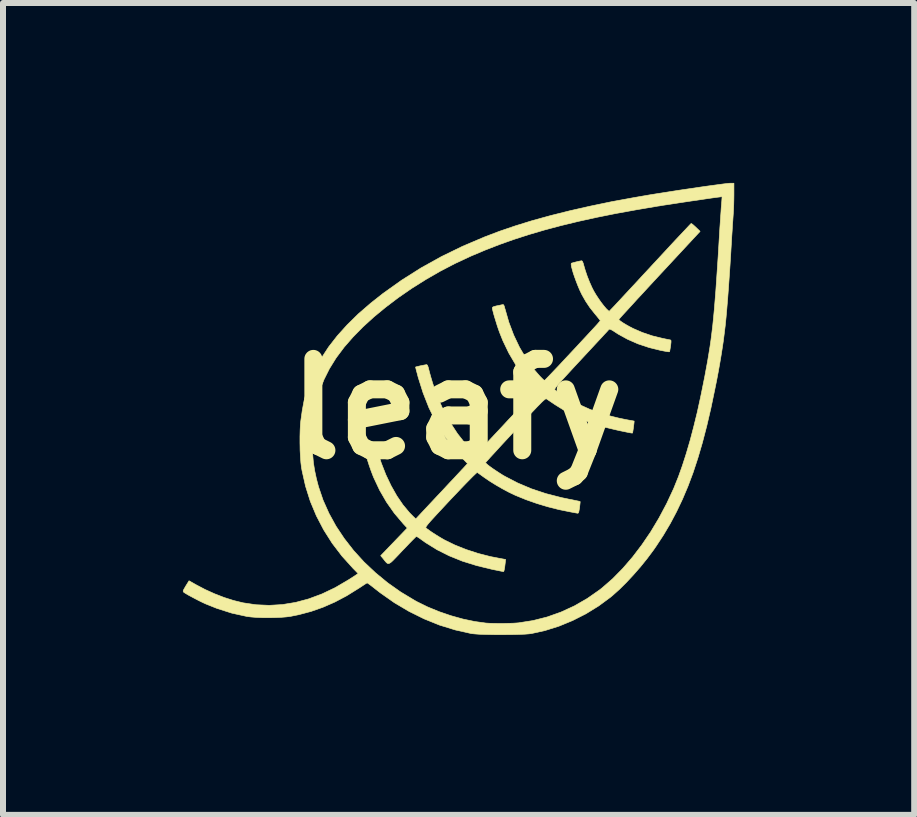
<source format=kicad_pcb>
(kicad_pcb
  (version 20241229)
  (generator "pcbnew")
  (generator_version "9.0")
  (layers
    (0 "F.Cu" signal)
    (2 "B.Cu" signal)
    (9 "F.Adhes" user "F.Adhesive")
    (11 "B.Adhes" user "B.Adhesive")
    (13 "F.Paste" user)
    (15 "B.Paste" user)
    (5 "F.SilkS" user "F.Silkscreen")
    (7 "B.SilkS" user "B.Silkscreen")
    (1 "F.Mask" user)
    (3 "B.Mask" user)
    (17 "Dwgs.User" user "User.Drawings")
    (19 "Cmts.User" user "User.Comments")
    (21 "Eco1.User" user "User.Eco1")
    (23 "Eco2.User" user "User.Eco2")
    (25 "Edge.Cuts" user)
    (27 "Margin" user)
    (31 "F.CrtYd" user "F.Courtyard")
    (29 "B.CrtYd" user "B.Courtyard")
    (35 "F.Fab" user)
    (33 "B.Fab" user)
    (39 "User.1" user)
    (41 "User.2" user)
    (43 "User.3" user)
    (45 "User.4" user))
  (footprint "leafy"
    (layer "F.Cu")
    (at 4.57 3.769)
    (property "Reference" "leafy" (at 0 0 0) (layer "F.SilkS") (effects (font (size 1.524 1.524) (thickness 0.3))))
    (attr through_hole)
    (fp_poly (pts (xy 4.618 -3.576) (xy 4.617 -3.498) (xy 4.615 -3.415) (xy 4.612 -3.334) (xy 4.608 -3.266) (xy 4.607 -3.25) (xy 4.604 -3.208) (xy 4.6 -3.146) (xy 4.594 -3.068) (xy 4.589 -2.977) (xy 4.582 -2.876) (xy 4.576 -2.769) (xy 4.569 -2.658) (xy 4.567 -2.621) (xy 4.553 -2.395) (xy 4.539 -2.189) (xy 4.526 -2.002) (xy 4.513 -1.83) (xy 4.5 -1.673) (xy 4.487 -1.526) (xy 4.473 -1.388) (xy 4.457 -1.257) (xy 4.441 -1.13) (xy 4.422 -1.004) (xy 4.402 -0.878) (xy 4.38 -0.748) (xy 4.356 -0.614) (xy 4.329 -0.471) (xy 4.3 -0.329) (xy 4.234 -0.012) (xy 4.165 0.284) (xy 4.093 0.56) (xy 4.017 0.819) (xy 3.937 1.062) (xy 3.851 1.291) (xy 3.759 1.508) (xy 3.661 1.714) (xy 3.556 1.912) (xy 3.443 2.103) (xy 3.321 2.289) (xy 3.275 2.355) (xy 3.173 2.492) (xy 3.061 2.631) (xy 2.944 2.765) (xy 2.825 2.893) (xy 2.708 3.009) (xy 2.595 3.11) (xy 2.559 3.14) (xy 2.361 3.286) (xy 2.15 3.416) (xy 1.929 3.528) (xy 1.701 3.622) (xy 1.469 3.695) (xy 1.239 3.746) (xy 1.194 3.751) (xy 1.13 3.756) (xy 1.05 3.759) (xy 0.959 3.762) (xy 0.86 3.763) (xy 0.756 3.764) (xy 0.651 3.764) (xy 0.55 3.762) (xy 0.456 3.76) (xy 0.372 3.757) (xy 0.302 3.752) (xy 0.25 3.747) (xy 0.237 3.745) (xy -0.029 3.685) (xy -0.292 3.604) (xy -0.549 3.5) (xy -0.801 3.375) (xy -1.044 3.231) (xy -1.279 3.066) (xy -1.361 3.002) (xy -1.408 2.965) (xy -1.448 2.934) (xy -1.479 2.912) (xy -1.497 2.901) (xy -1.499 2.9) (xy -1.511 2.908) (xy -1.539 2.925) (xy -1.578 2.951) (xy -1.625 2.982) (xy -1.639 2.991) (xy -1.84 3.116) (xy -2.037 3.22) (xy -2.233 3.306) (xy -2.432 3.376) (xy -2.639 3.431) (xy -2.777 3.459) (xy -2.847 3.468) (xy -2.935 3.475) (xy -3.034 3.479) (xy -3.139 3.481) (xy -3.245 3.48) (xy -3.345 3.476) (xy -3.433 3.469) (xy -3.504 3.46) (xy -3.754 3.405) (xy -4 3.327) (xy -4.19 3.251) (xy -4.244 3.226) (xy -4.303 3.197) (xy -4.365 3.165) (xy -4.425 3.133) (xy -4.479 3.104) (xy -4.523 3.078) (xy -4.552 3.06) (xy -4.559 3.053) (xy -4.565 3.043) (xy -4.564 3.028) (xy -4.552 3.004) (xy -4.53 2.966) (xy -4.522 2.952) (xy -4.468 2.865) (xy -4.348 2.933) (xy -4.2 3.011) (xy -4.043 3.082) (xy -3.883 3.144) (xy -3.726 3.194) (xy -3.579 3.23) (xy -3.573 3.232) (xy -3.352 3.265) (xy -3.131 3.275) (xy -2.911 3.262) (xy -2.691 3.226) (xy -2.471 3.167) (xy -2.251 3.085) (xy -2.031 2.98) (xy -1.811 2.851) (xy -1.762 2.82) (xy -1.648 2.745) (xy -1.734 2.657) (xy -1.918 2.453) (xy -2.081 2.239) (xy -2.223 2.015) (xy -2.345 1.781) (xy -2.446 1.539) (xy -2.525 1.289) (xy -2.583 1.031) (xy -2.593 0.976) (xy -2.603 0.894) (xy -2.61 0.796) (xy -2.616 0.687) (xy -2.617 0.614) (xy -2.411 0.614) (xy -2.406 0.76) (xy -2.394 0.896) (xy -2.373 1.029) (xy -2.344 1.164) (xy -2.309 1.297) (xy -2.233 1.521) (xy -2.135 1.74) (xy -2.017 1.955) (xy -1.879 2.162) (xy -1.723 2.362) (xy -1.55 2.552) (xy -1.36 2.731) (xy -1.156 2.899) (xy -0.938 3.053) (xy -0.707 3.192) (xy -0.67 3.213) (xy -0.491 3.301) (xy -0.299 3.38) (xy -0.1 3.448) (xy 0.101 3.504) (xy 0.298 3.545) (xy 0.486 3.571) (xy 0.491 3.571) (xy 0.543 3.574) (xy 0.613 3.576) (xy 0.693 3.577) (xy 0.777 3.577) (xy 0.861 3.575) (xy 0.936 3.573) (xy 0.998 3.569) (xy 1.025 3.567) (xy 1.267 3.529) (xy 1.504 3.469) (xy 1.735 3.387) (xy 1.959 3.284) (xy 2.174 3.16) (xy 2.38 3.016) (xy 2.425 2.98) (xy 2.596 2.831) (xy 2.764 2.66) (xy 2.927 2.471) (xy 3.083 2.266) (xy 3.232 2.047) (xy 3.37 1.816) (xy 3.498 1.575) (xy 3.613 1.328) (xy 3.693 1.129) (xy 3.758 0.947) (xy 3.823 0.745) (xy 3.887 0.527) (xy 3.948 0.295) (xy 4.007 0.055) (xy 4.061 -0.192) (xy 4.074 -0.254) (xy 4.104 -0.403) (xy 4.132 -0.542) (xy 4.156 -0.672) (xy 4.179 -0.796) (xy 4.199 -0.916) (xy 4.218 -1.033) (xy 4.235 -1.15) (xy 4.25 -1.269) (xy 4.265 -1.393) (xy 4.278 -1.522) (xy 4.291 -1.66) (xy 4.303 -1.807) (xy 4.316 -1.968) (xy 4.328 -2.143) (xy 4.341 -2.334) (xy 4.355 -2.544) (xy 4.369 -2.775) (xy 4.37 -2.794) (xy 4.377 -2.903) (xy 4.383 -3.01) (xy 4.39 -3.111) (xy 4.396 -3.204) (xy 4.402 -3.285) (xy 4.406 -3.35) (xy 4.41 -3.396) (xy 4.411 -3.405) (xy 4.415 -3.457) (xy 4.418 -3.5) (xy 4.42 -3.529) (xy 4.419 -3.539) (xy 4.408 -3.538) (xy 4.375 -3.534) (xy 4.326 -3.528) (xy 4.261 -3.519) (xy 4.184 -3.508) (xy 4.097 -3.495) (xy 4.004 -3.481) (xy 3.905 -3.467) (xy 3.805 -3.452) (xy 3.705 -3.437) (xy 3.609 -3.422) (xy 3.518 -3.408) (xy 3.436 -3.396) (xy 3.366 -3.384) (xy 3.354 -3.383) (xy 2.991 -3.321) (xy 2.649 -3.259) (xy 2.326 -3.194) (xy 2.022 -3.127) (xy 1.733 -3.057) (xy 1.459 -2.984) (xy 1.197 -2.907) (xy 0.946 -2.826) (xy 0.704 -2.74) (xy 0.47 -2.649) (xy 0.24 -2.552) (xy 0.222 -2.544) (xy -0.031 -2.426) (xy -0.279 -2.297) (xy -0.52 -2.158) (xy -0.754 -2.011) (xy -0.977 -1.857) (xy -1.188 -1.697) (xy -1.386 -1.534) (xy -1.568 -1.368) (xy -1.733 -1.2) (xy -1.879 -1.033) (xy -2.004 -0.866) (xy -2.021 -0.842) (xy -2.128 -0.669) (xy -2.216 -0.493) (xy -2.287 -0.313) (xy -2.341 -0.124) (xy -2.379 0.076) (xy -2.402 0.289) (xy -2.41 0.452) (xy -2.411 0.614) (xy -2.617 0.614) (xy -2.618 0.572) (xy -2.618 0.457) (xy -2.615 0.348) (xy -2.61 0.252) (xy -2.605 0.204) (xy -2.58 0.025) (xy -2.55 -0.136) (xy -2.512 -0.284) (xy -2.465 -0.426) (xy -2.408 -0.566) (xy -2.368 -0.653) (xy -2.263 -0.845) (xy -2.14 -1.034) (xy -1.996 -1.219) (xy -1.831 -1.402) (xy -1.646 -1.584) (xy -1.438 -1.764) (xy -1.234 -1.925) (xy -0.924 -2.146) (xy -0.6 -2.351) (xy -0.262 -2.539) (xy 0.091 -2.711) (xy 0.46 -2.868) (xy 0.707 -2.962) (xy 0.971 -3.052) (xy 1.255 -3.14) (xy 1.56 -3.224) (xy 1.884 -3.305) (xy 2.224 -3.382) (xy 2.58 -3.456) (xy 2.951 -3.524) (xy 3.198 -3.567) (xy 3.315 -3.586) (xy 3.437 -3.605) (xy 3.564 -3.625) (xy 3.692 -3.645) (xy 3.82 -3.664) (xy 3.945 -3.682) (xy 4.064 -3.7) (xy 4.176 -3.716) (xy 4.279 -3.73) (xy 4.369 -3.742) (xy 4.444 -3.752) (xy 4.503 -3.759) (xy 4.543 -3.763) (xy 4.558 -3.764) (xy 4.618 -3.764) (xy 4.618 -3.576)) (stroke (width 0.01) (type solid)) (fill yes) (layer "F.SilkS"))
    (fp_poly (pts (xy 3.917 -3.087) (xy 3.941 -3.068) (xy 3.972 -3.04) (xy 3.984 -3.029) (xy 4.054 -2.961) (xy 3.377 -2.232) (xy 3.275 -2.122) (xy 3.178 -2.017) (xy 3.087 -1.918) (xy 3.002 -1.827) (xy 2.926 -1.743) (xy 2.859 -1.67) (xy 2.802 -1.608) (xy 2.756 -1.558) (xy 2.723 -1.521) (xy 2.704 -1.499) (xy 2.699 -1.493) (xy 2.707 -1.48) (xy 2.733 -1.46) (xy 2.773 -1.433) (xy 2.823 -1.403) (xy 2.88 -1.371) (xy 2.938 -1.341) (xy 3.093 -1.274) (xy 3.259 -1.218) (xy 3.423 -1.178) (xy 3.475 -1.167) (xy 3.52 -1.158) (xy 3.551 -1.152) (xy 3.563 -1.149) (xy 3.569 -1.139) (xy 3.569 -1.113) (xy 3.564 -1.067) (xy 3.562 -1.052) (xy 3.555 -1.008) (xy 3.549 -0.974) (xy 3.544 -0.955) (xy 3.543 -0.953) (xy 3.53 -0.953) (xy 3.499 -0.957) (xy 3.455 -0.965) (xy 3.402 -0.975) (xy 3.397 -0.976) (xy 3.203 -1.024) (xy 3.017 -1.086) (xy 2.844 -1.162) (xy 2.686 -1.249) (xy 2.645 -1.276) (xy 2.599 -1.306) (xy 2.568 -1.323) (xy 2.549 -1.33) (xy 2.537 -1.328) (xy 2.534 -1.326) (xy 2.524 -1.315) (xy 2.5 -1.288) (xy 2.462 -1.248) (xy 2.414 -1.195) (xy 2.355 -1.132) (xy 2.288 -1.06) (xy 2.214 -0.98) (xy 2.134 -0.894) (xy 2.067 -0.822) (xy 1.971 -0.719) (xy 1.89 -0.631) (xy 1.822 -0.557) (xy 1.767 -0.497) (xy 1.723 -0.448) (xy 1.689 -0.409) (xy 1.664 -0.379) (xy 1.646 -0.357) (xy 1.636 -0.341) (xy 1.631 -0.33) (xy 1.631 -0.323) (xy 1.634 -0.318) (xy 1.635 -0.317) (xy 1.727 -0.251) (xy 1.835 -0.183) (xy 1.955 -0.117) (xy 2.082 -0.054) (xy 2.208 0.003) (xy 2.33 0.05) (xy 2.349 0.056) (xy 2.455 0.089) (xy 2.573 0.122) (xy 2.695 0.152) (xy 2.81 0.176) (xy 2.863 0.186) (xy 2.905 0.193) (xy 2.937 0.199) (xy 2.953 0.202) (xy 2.954 0.203) (xy 2.954 0.214) (xy 2.951 0.242) (xy 2.946 0.28) (xy 2.941 0.321) (xy 2.935 0.36) (xy 2.93 0.389) (xy 2.927 0.402) (xy 2.927 0.402) (xy 2.914 0.402) (xy 2.883 0.397) (xy 2.837 0.388) (xy 2.78 0.376) (xy 2.716 0.363) (xy 2.649 0.348) (xy 2.582 0.332) (xy 2.519 0.317) (xy 2.465 0.303) (xy 2.44 0.296) (xy 2.29 0.249) (xy 2.153 0.2) (xy 2.024 0.146) (xy 1.897 0.084) (xy 1.769 0.012) (xy 1.634 -0.072) (xy 1.495 -0.166) (xy 1.49 -0.169) (xy 1.483 -0.168) (xy 1.473 -0.164) (xy 1.46 -0.154) (xy 1.441 -0.138) (xy 1.416 -0.115) (xy 1.384 -0.082) (xy 1.342 -0.04) (xy 1.291 0.014) (xy 1.229 0.079) (xy 1.155 0.159) (xy 1.068 0.253) (xy 0.976 0.351) (xy 0.89 0.444) (xy 0.807 0.533) (xy 0.731 0.615) (xy 0.663 0.69) (xy 0.603 0.755) (xy 0.553 0.809) (xy 0.515 0.852) (xy 0.489 0.88) (xy 0.478 0.894) (xy 0.477 0.895) (xy 0.485 0.907) (xy 0.509 0.929) (xy 0.546 0.958) (xy 0.593 0.992) (xy 0.648 1.029) (xy 0.706 1.067) (xy 0.764 1.104) (xy 0.799 1.124) (xy 1.015 1.236) (xy 1.242 1.332) (xy 1.483 1.412) (xy 1.74 1.478) (xy 1.853 1.502) (xy 1.917 1.514) (xy 1.973 1.526) (xy 2.017 1.535) (xy 2.045 1.541) (xy 2.053 1.543) (xy 2.054 1.555) (xy 2.051 1.584) (xy 2.046 1.626) (xy 2.044 1.645) (xy 2.036 1.692) (xy 2.03 1.721) (xy 2.023 1.735) (xy 2.014 1.739) (xy 2.005 1.738) (xy 1.983 1.734) (xy 1.944 1.727) (xy 1.897 1.718) (xy 1.876 1.714) (xy 1.699 1.678) (xy 1.514 1.631) (xy 1.328 1.575) (xy 1.149 1.512) (xy 0.985 1.445) (xy 0.964 1.436) (xy 0.866 1.389) (xy 0.759 1.332) (xy 0.65 1.269) (xy 0.547 1.205) (xy 0.456 1.143) (xy 0.439 1.131) (xy 0.399 1.102) (xy 0.366 1.078) (xy 0.344 1.062) (xy 0.339 1.059) (xy 0.328 1.065) (xy 0.303 1.088) (xy 0.263 1.126) (xy 0.211 1.179) (xy 0.146 1.245) (xy 0.07 1.324) (xy -0.016 1.415) (xy -0.104 1.507) (xy -0.199 1.609) (xy -0.279 1.695) (xy -0.345 1.766) (xy -0.399 1.825) (xy -0.442 1.872) (xy -0.474 1.909) (xy -0.496 1.937) (xy -0.511 1.957) (xy -0.518 1.971) (xy -0.52 1.979) (xy -0.519 1.981) (xy -0.5 1.998) (xy -0.466 2.023) (xy -0.42 2.055) (xy -0.366 2.09) (xy -0.31 2.125) (xy -0.255 2.158) (xy -0.206 2.186) (xy -0.036 2.269) (xy 0.152 2.344) (xy 0.351 2.409) (xy 0.558 2.462) (xy 0.697 2.489) (xy 0.811 2.51) (xy 0.803 2.58) (xy 0.795 2.644) (xy 0.787 2.687) (xy 0.78 2.709) (xy 0.775 2.712) (xy 0.762 2.71) (xy 0.73 2.704) (xy 0.683 2.694) (xy 0.626 2.683) (xy 0.583 2.674) (xy 0.328 2.612) (xy 0.09 2.538) (xy -0.13 2.449) (xy -0.335 2.346) (xy -0.525 2.228) (xy -0.592 2.18) (xy -0.628 2.154) (xy -0.658 2.135) (xy -0.677 2.126) (xy -0.679 2.126) (xy -0.689 2.135) (xy -0.713 2.159) (xy -0.749 2.195) (xy -0.794 2.241) (xy -0.846 2.296) (xy -0.904 2.356) (xy -0.912 2.364) (xy -0.978 2.435) (xy -1.031 2.49) (xy -1.071 2.531) (xy -1.102 2.559) (xy -1.126 2.574) (xy -1.145 2.579) (xy -1.162 2.574) (xy -1.179 2.56) (xy -1.198 2.538) (xy -1.221 2.509) (xy -1.226 2.502) (xy -1.272 2.447) (xy -0.829 1.986) (xy -0.896 1.914) (xy -1.045 1.738) (xy -1.175 1.553) (xy -1.29 1.354) (xy -1.391 1.139) (xy -1.412 1.085) (xy -1.437 1.019) (xy -1.464 0.941) (xy -1.491 0.857) (xy -1.516 0.775) (xy -1.537 0.702) (xy -1.551 0.642) (xy -1.552 0.641) (xy -1.559 0.606) (xy -1.466 0.585) (xy -1.422 0.576) (xy -1.388 0.57) (xy -1.369 0.568) (xy -1.367 0.569) (xy -1.362 0.581) (xy -1.353 0.611) (xy -1.34 0.654) (xy -1.328 0.694) (xy -1.263 0.9) (xy -1.186 1.097) (xy -1.099 1.28) (xy -1.004 1.448) (xy -0.901 1.599) (xy -0.791 1.731) (xy -0.737 1.786) (xy -0.687 1.834) (xy -0.335 1.458) (xy -0.258 1.377) (xy -0.184 1.297) (xy -0.114 1.222) (xy -0.049 1.154) (xy 0.006 1.094) (xy 0.052 1.045) (xy 0.084 1.01) (xy 0.097 0.997) (xy 0.176 0.911) (xy 0.079 0.811) (xy -0.08 0.629) (xy -0.224 0.43) (xy -0.353 0.213) (xy -0.467 -0.019) (xy -0.565 -0.268) (xy -0.647 -0.528) (xy -0.662 -0.587) (xy -0.676 -0.637) (xy -0.685 -0.674) (xy -0.69 -0.696) (xy -0.69 -0.699) (xy -0.677 -0.703) (xy -0.649 -0.71) (xy -0.611 -0.719) (xy -0.571 -0.727) (xy -0.535 -0.734) (xy -0.51 -0.738) (xy -0.505 -0.739) (xy -0.492 -0.728) (xy -0.48 -0.696) (xy -0.474 -0.673) (xy -0.456 -0.602) (xy -0.432 -0.517) (xy -0.404 -0.424) (xy -0.373 -0.331) (xy -0.342 -0.245) (xy -0.33 -0.213) (xy -0.234 0.005) (xy -0.12 0.215) (xy 0.008 0.411) (xy 0.15 0.592) (xy 0.224 0.675) (xy 0.312 0.768) (xy 0.355 0.721) (xy 0.371 0.704) (xy 0.401 0.671) (xy 0.443 0.626) (xy 0.497 0.568) (xy 0.56 0.5) (xy 0.631 0.424) (xy 0.709 0.341) (xy 0.791 0.253) (xy 0.854 0.185) (xy 0.938 0.096) (xy 1.016 0.012) (xy 1.089 -0.066) (xy 1.153 -0.136) (xy 1.209 -0.197) (xy 1.255 -0.247) (xy 1.288 -0.283) (xy 1.309 -0.306) (xy 1.314 -0.314) (xy 1.309 -0.326) (xy 1.29 -0.35) (xy 1.26 -0.384) (xy 1.231 -0.416) (xy 1.098 -0.57) (xy 0.975 -0.744) (xy 0.864 -0.933) (xy 0.766 -1.137) (xy 0.711 -1.274) (xy 0.692 -1.327) (xy 0.671 -1.389) (xy 0.651 -1.454) (xy 0.631 -1.519) (xy 0.613 -1.58) (xy 0.6 -1.63) (xy 0.591 -1.667) (xy 0.589 -1.684) (xy 0.595 -1.697) (xy 0.615 -1.707) (xy 0.654 -1.717) (xy 0.661 -1.719) (xy 0.703 -1.727) (xy 0.739 -1.735) (xy 0.758 -1.739) (xy 0.771 -1.74) (xy 0.78 -1.732) (xy 0.789 -1.711) (xy 0.799 -1.673) (xy 0.803 -1.661) (xy 0.865 -1.445) (xy 0.945 -1.233) (xy 1.042 -1.029) (xy 1.154 -0.839) (xy 1.191 -0.783) (xy 1.224 -0.737) (xy 1.263 -0.687) (xy 1.304 -0.637) (xy 1.346 -0.588) (xy 1.385 -0.544) (xy 1.419 -0.509) (xy 1.444 -0.485) (xy 1.459 -0.476) (xy 1.46 -0.476) (xy 1.47 -0.484) (xy 1.493 -0.508) (xy 1.529 -0.545) (xy 1.576 -0.594) (xy 1.631 -0.652) (xy 1.694 -0.718) (xy 1.762 -0.791) (xy 1.833 -0.867) (xy 1.907 -0.946) (xy 1.982 -1.026) (xy 2.054 -1.104) (xy 2.124 -1.179) (xy 2.19 -1.25) (xy 2.249 -1.314) (xy 2.3 -1.369) (xy 2.341 -1.414) (xy 2.37 -1.448) (xy 2.387 -1.467) (xy 2.39 -1.471) (xy 2.383 -1.482) (xy 2.364 -1.507) (xy 2.336 -1.542) (xy 2.301 -1.584) (xy 2.3 -1.585) (xy 2.216 -1.691) (xy 2.147 -1.794) (xy 2.085 -1.903) (xy 2.075 -1.923) (xy 2.045 -1.986) (xy 2.016 -2.055) (xy 1.988 -2.127) (xy 1.962 -2.198) (xy 1.939 -2.265) (xy 1.922 -2.325) (xy 1.909 -2.374) (xy 1.904 -2.41) (xy 1.906 -2.429) (xy 1.909 -2.43) (xy 1.935 -2.438) (xy 1.972 -2.448) (xy 2.013 -2.458) (xy 2.05 -2.466) (xy 2.075 -2.47) (xy 2.081 -2.471) (xy 2.093 -2.459) (xy 2.106 -2.426) (xy 2.116 -2.389) (xy 2.14 -2.307) (xy 2.172 -2.213) (xy 2.21 -2.117) (xy 2.25 -2.027) (xy 2.28 -1.968) (xy 2.316 -1.907) (xy 2.359 -1.841) (xy 2.404 -1.777) (xy 2.448 -1.72) (xy 2.487 -1.674) (xy 2.502 -1.659) (xy 2.537 -1.627) (xy 2.612 -1.705) (xy 2.632 -1.726) (xy 2.666 -1.763) (xy 2.713 -1.813) (xy 2.771 -1.876) (xy 2.84 -1.95) (xy 2.917 -2.033) (xy 3.002 -2.124) (xy 3.092 -2.222) (xy 3.187 -2.324) (xy 3.285 -2.43) (xy 3.291 -2.436) (xy 3.387 -2.54) (xy 3.478 -2.638) (xy 3.564 -2.731) (xy 3.643 -2.816) (xy 3.714 -2.891) (xy 3.776 -2.957) (xy 3.827 -3.011) (xy 3.866 -3.053) (xy 3.892 -3.08) (xy 3.904 -3.092) (xy 3.905 -3.092) (xy 3.917 -3.087)) (stroke (width 0.01) (type solid)) (fill yes) (layer "F.SilkS")))
  (gr_rect
    (start -3 -3)
    (end 12.194 10.538)
    (stroke (width 0.1) (type default))
    (fill no)
    (layer "Edge.Cuts")))
</source>
